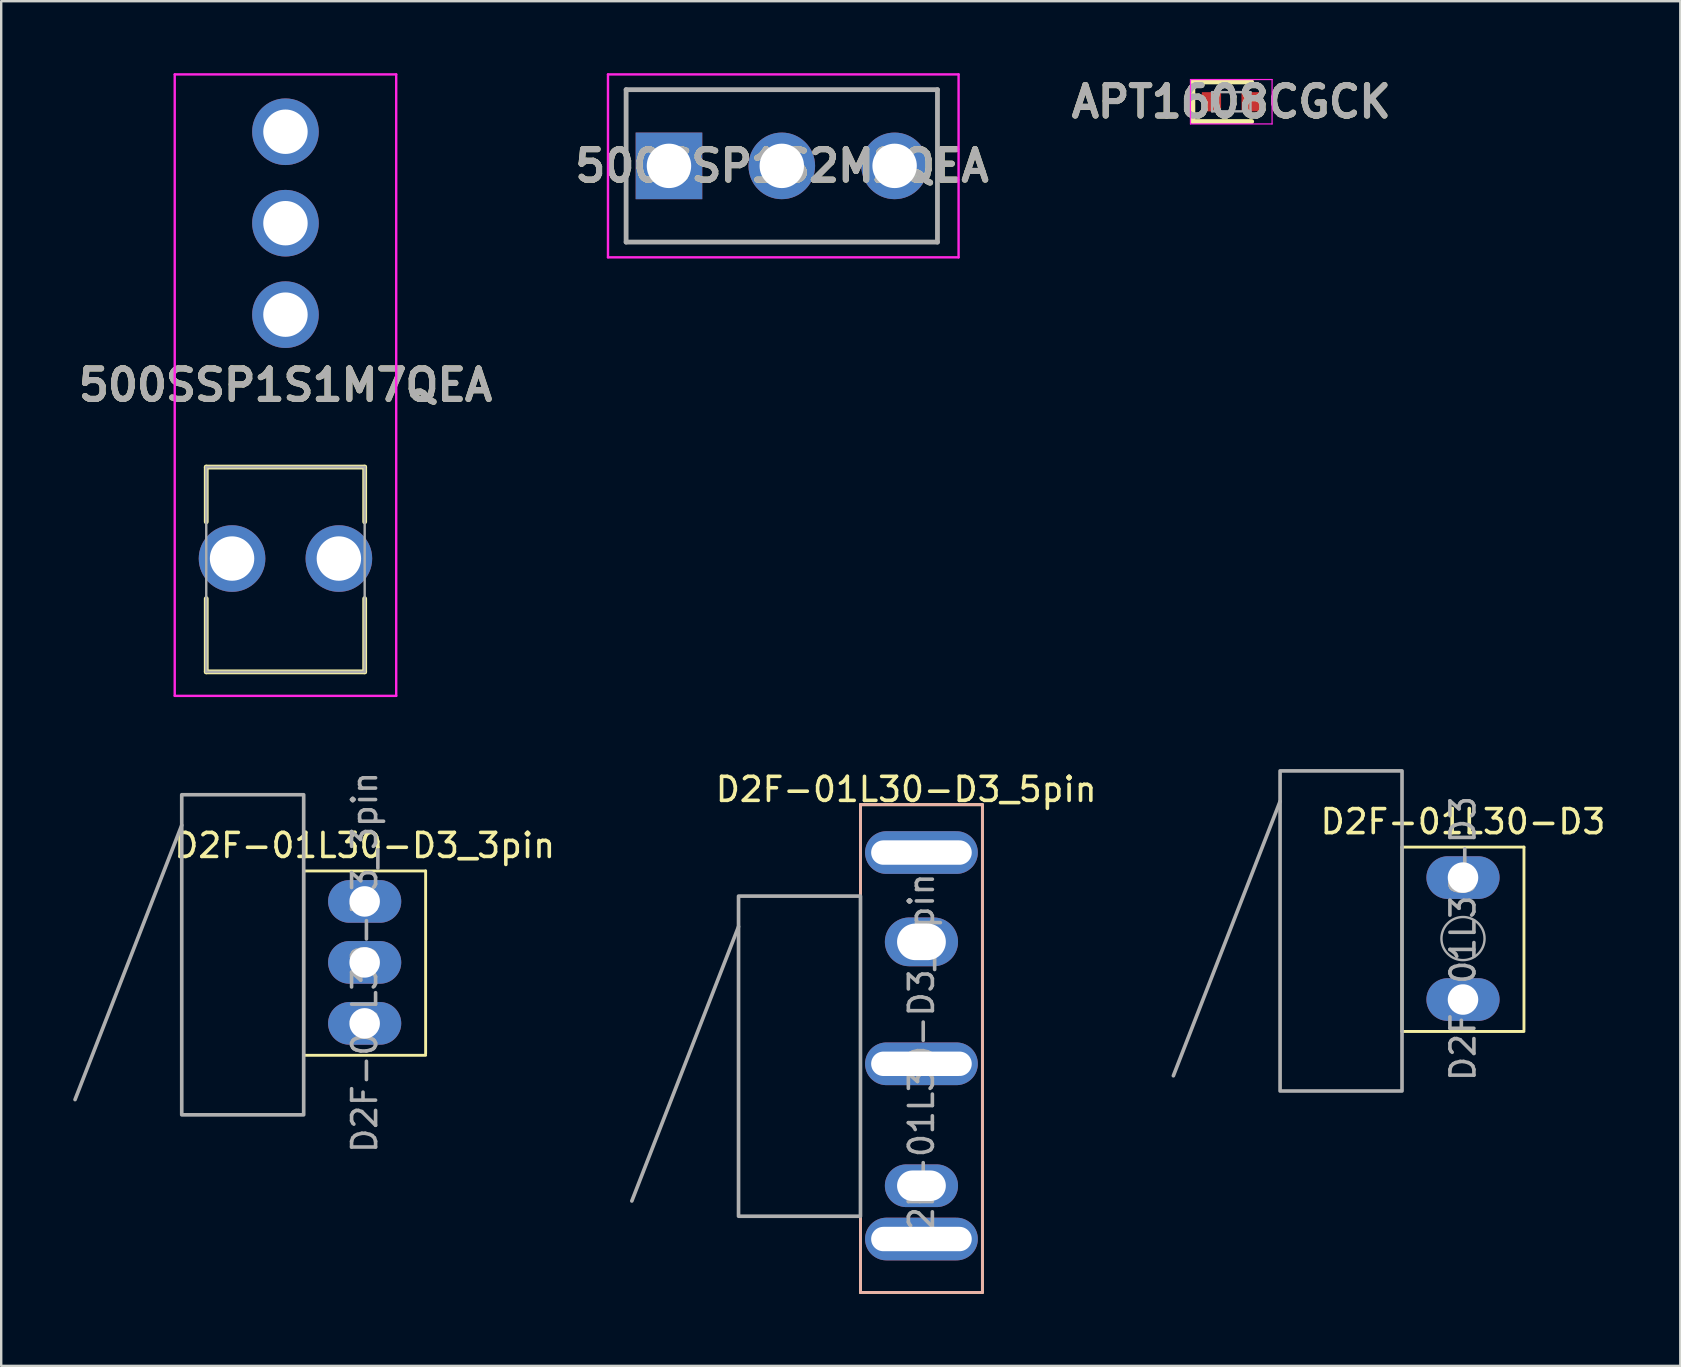
<source format=kicad_pcb>
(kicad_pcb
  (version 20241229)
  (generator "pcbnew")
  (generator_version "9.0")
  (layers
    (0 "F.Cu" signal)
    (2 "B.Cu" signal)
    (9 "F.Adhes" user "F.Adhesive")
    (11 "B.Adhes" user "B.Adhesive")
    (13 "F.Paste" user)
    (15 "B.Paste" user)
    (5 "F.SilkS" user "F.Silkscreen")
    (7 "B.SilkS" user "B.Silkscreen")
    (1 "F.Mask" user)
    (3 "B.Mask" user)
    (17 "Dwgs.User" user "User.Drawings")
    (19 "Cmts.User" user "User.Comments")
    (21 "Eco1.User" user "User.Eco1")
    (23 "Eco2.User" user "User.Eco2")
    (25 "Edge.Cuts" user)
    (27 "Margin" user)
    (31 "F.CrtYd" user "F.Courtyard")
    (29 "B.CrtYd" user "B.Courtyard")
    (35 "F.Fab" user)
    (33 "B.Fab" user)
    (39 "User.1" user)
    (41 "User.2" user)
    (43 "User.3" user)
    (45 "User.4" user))
  (footprint "APT1608CGCK"
    (layer "F.Cu")
    (at 48.243 1.189)
    (property "Reference" "APT1608CGCK" (at 0 0 0) (layer "F.SilkS") (effects (font (size 1.27 1.27) (thickness 0.254))))
    (attr smd)
    (fp_line (start -1.6 -0.825) (end -1.6 0.825) (stroke (width 0.2) (type solid)) (layer "F.SilkS"))
    (fp_line (start -1.6 0.825) (end 0.85 0.825) (stroke (width 0.2) (type solid)) (layer "F.SilkS"))
    (fp_line (start 0.85 -0.825) (end -1.6 -0.825) (stroke (width 0.2) (type solid)) (layer "F.SilkS"))
    (fp_line (start -1.7 -0.925) (end 1.7 -0.925) (stroke (width 0.05) (type solid)) (layer "F.CrtYd"))
    (fp_line (start -1.7 0.925) (end -1.7 -0.925) (stroke (width 0.05) (type solid)) (layer "F.CrtYd"))
    (fp_line (start 1.7 -0.925) (end 1.7 0.925) (stroke (width 0.05) (type solid)) (layer "F.CrtYd"))
    (fp_line (start 1.7 0.925) (end -1.7 0.925) (stroke (width 0.05) (type solid)) (layer "F.CrtYd"))
    (fp_line (start -0.8 -0.4) (end 0.8 -0.4) (stroke (width 0.1) (type solid)) (layer "F.Fab"))
    (fp_line (start -0.8 -0.133) (end -0.533 -0.4) (stroke (width 0.1) (type solid)) (layer "F.Fab"))
    (fp_line (start -0.8 0.4) (end -0.8 -0.4) (stroke (width 0.1) (type solid)) (layer "F.Fab"))
    (fp_line (start 0.8 -0.4) (end 0.8 0.4) (stroke (width 0.1) (type solid)) (layer "F.Fab"))
    (fp_line (start 0.8 0.4) (end -0.8 0.4) (stroke (width 0.1) (type solid)) (layer "F.Fab"))
    (fp_text user "${REFERENCE}" (at 0 0 0) (layer "F.Fab") (effects (font (size 1.27 1.27) (thickness 0.254))))
    (pad "1" smd rect (at -0.825 0) (size 0.8 0.8) (layers "F.Cu" "F.Mask" "F.Paste"))
    (pad "2" smd rect (at 0.825 0) (size 0.8 0.8) (layers "F.Cu" "F.Mask" "F.Paste")))
  (footprint "D2F-01L30-D3_3pin"
    (layer "F.Cu")
    (at 12.141 34.502)
    (property "Reference" "D2F-01L30-D3_3pin" (at 0 -2.33 0) (layer "F.SilkS") (effects (font (size 1 1) (thickness 0.15))))
    (attr through_hole)
    (fp_line (start -2.54 -1.27) (end -2.54 6.41) (stroke (width 0.12) (type solid)) (layer "F.SilkS"))
    (fp_line (start -2.54 -1.27) (end 2.54 -1.27) (stroke (width 0.12) (type solid)) (layer "F.SilkS"))
    (fp_line (start -2.54 6.41) (end 2.54 6.41) (stroke (width 0.12) (type solid)) (layer "F.SilkS"))
    (fp_line (start 2.54 -1.27) (end 2.54 6.35) (stroke (width 0.12) (type solid)) (layer "F.SilkS"))
    (fp_line (start -7.62 -3.175) (end -12.065 8.255) (stroke (width 0.152) (type default)) (layer "F.Fab"))
    (fp_rect (start -7.62 -4.445) (end -2.54 8.89) (stroke (width 0.152) (type default)) (fill no) (layer "F.Fab"))
    (fp_text user "${REFERENCE}" (at 0 2.54 90) (layer "F.Fab") (effects (font (size 1 1) (thickness 0.15))))
    (pad "1" thru_hole oval (at 0 0) (size 3.048 1.778) (drill 1.27) (layers "*.Cu" "*.Mask"))
    (pad "2" thru_hole oval (at 0 5.08) (size 3.048 1.778) (drill 1.27) (layers "*.Cu" "*.Mask"))
    (pad "3" thru_hole oval (at 0 2.54) (size 3.048 1.778) (drill 1.27) (layers "*.Cu" "*.Mask")))
  (footprint "500SSP1S1M7QEA"
    (layer "F.Cu")
    (at 8.842 10.058)
    (property "Reference" "500SSP1S1M7QEA" (at 0 2.936 0) (layer "F.SilkS") (effects (font (size 1.27 1.27) (thickness 0.254))))
    (attr through_hole)
    (fp_line (start -3.3 6.35) (end 3.3 6.35) (stroke (width 0.2) (type solid)) (layer "F.SilkS"))
    (fp_line (start -3.3 8.63) (end -3.3 6.35) (stroke (width 0.2) (type solid)) (layer "F.SilkS"))
    (fp_line (start -3.3 11.83) (end -3.3 14.88) (stroke (width 0.2) (type solid)) (layer "F.SilkS"))
    (fp_line (start -3.3 14.88) (end 3.3 14.88) (stroke (width 0.2) (type solid)) (layer "F.SilkS"))
    (fp_line (start 3.3 6.35) (end 3.3 8.63) (stroke (width 0.2) (type solid)) (layer "F.SilkS"))
    (fp_line (start 3.3 14.88) (end 3.3 11.83) (stroke (width 0.2) (type solid)) (layer "F.SilkS"))
    (fp_line (start -4.613 -10.008) (end 4.613 -10.008) (stroke (width 0.1) (type solid)) (layer "F.CrtYd"))
    (fp_line (start -4.613 15.88) (end -4.613 -10.008) (stroke (width 0.1) (type solid)) (layer "F.CrtYd"))
    (fp_line (start 4.613 -10.008) (end 4.613 15.88) (stroke (width 0.1) (type solid)) (layer "F.CrtYd"))
    (fp_line (start 4.613 15.88) (end -4.613 15.88) (stroke (width 0.1) (type solid)) (layer "F.CrtYd"))
    (fp_line (start -3.3 6.35) (end 3.3 6.35) (stroke (width 0.1) (type solid)) (layer "F.Fab"))
    (fp_line (start -3.3 14.88) (end -3.3 6.35) (stroke (width 0.1) (type solid)) (layer "F.Fab"))
    (fp_line (start 3.3 6.35) (end 3.3 14.88) (stroke (width 0.1) (type solid)) (layer "F.Fab"))
    (fp_line (start 3.3 14.88) (end -3.3 14.88) (stroke (width 0.1) (type solid)) (layer "F.Fab"))
    (fp_text user "${REFERENCE}" (at 0 2.936 0) (layer "F.Fab") (effects (font (size 1.27 1.27) (thickness 0.254))))
    (pad "1" thru_hole circle (at 0 0) (size 2.775 2.775) (drill 1.85) (layers "*.Cu" "*.Mask"))
    (pad "2" thru_hole circle (at 0 -3.81) (size 2.775 2.775) (drill 1.85) (layers "*.Cu" "*.Mask"))
    (pad "3" thru_hole circle (at 0 -7.62) (size 2.775 2.775) (drill 1.85) (layers "*.Cu" "*.Mask"))
    (pad "MH1" thru_hole circle (at -2.225 10.16) (size 2.775 2.775) (drill 1.85) (layers "*.Cu" "*.Mask"))
    (pad "MH2" thru_hole circle (at 2.225 10.16) (size 2.775 2.775) (drill 1.85) (layers "*.Cu" "*.Mask")))
  (footprint "D2F-01L30-D3_5pin"
    (layer "F.Cu")
    (at 35.336 38.726)
    (property "Reference" "D2F-01L30-D3_5pin" (at -0.635 -8.89 0) (layer "F.SilkS") (effects (font (size 1 1) (thickness 0.15))))
    (attr through_hole)
    (fp_line (start -2.54 -8.255) (end -2.54 12.065) (stroke (width 0.12) (type solid)) (layer "F.SilkS"))
    (fp_line (start -2.54 -8.255) (end 2.54 -8.255) (stroke (width 0.12) (type solid)) (layer "F.SilkS"))
    (fp_line (start -2.54 12.065) (end 2.54 12.065) (stroke (width 0.12) (type solid)) (layer "F.SilkS"))
    (fp_line (start 2.54 -8.255) (end 2.54 12.065) (stroke (width 0.12) (type solid)) (layer "F.SilkS"))
    (fp_line (start -2.54 -8.255) (end -2.54 12.065) (stroke (width 0.12) (type solid)) (layer "B.SilkS"))
    (fp_line (start 2.54 -8.255) (end -2.54 -8.255) (stroke (width 0.12) (type solid)) (layer "B.SilkS"))
    (fp_line (start 2.54 -8.255) (end 2.54 12.065) (stroke (width 0.12) (type solid)) (layer "B.SilkS"))
    (fp_line (start 2.54 12.065) (end -2.54 12.065) (stroke (width 0.12) (type solid)) (layer "B.SilkS"))
    (fp_line (start -7.62 -3.175) (end -12.065 8.255) (stroke (width 0.152) (type default)) (layer "F.Fab"))
    (fp_rect (start -7.62 -4.445) (end -2.54 8.89) (stroke (width 0.152) (type default)) (fill no) (layer "F.Fab"))
    (fp_text user "${REFERENCE}" (at 0 2.54 90) (layer "F.Fab") (effects (font (size 1 1) (thickness 0.15))))
    (pad "1" thru_hole oval (at 0 -2.54) (size 3.048 2.032) (drill oval 2.032 1.524) (layers "*.Cu" "*.Mask"))
    (pad "2" thru_hole oval (at 0 7.62) (size 3.048 1.778) (drill oval 2.032 1.27) (layers "*.Cu" "*.Mask"))
    (pad "3" thru_hole oval (at 0 2.54) (size 4.699 1.778) (drill oval 4.191 1.016) (layers "*.Cu" "*.Mask"))
    (pad "4" thru_hole oval (at 0 -6.26) (size 4.699 1.778) (drill oval 4.191 1.016) (layers "*.Cu" "*.Mask"))
    (pad "5" thru_hole oval (at 0 9.84) (size 4.699 1.778) (drill oval 4.191 1.016) (layers "*.Cu" "*.Mask")))
  (footprint "D2F-01L30-D3"
    (layer "F.Cu")
    (at 57.896 33.509)
    (property "Reference" "D2F-01L30-D3" (at 0 -2.33 0) (layer "F.SilkS") (effects (font (size 1 1) (thickness 0.15))))
    (attr through_hole)
    (fp_line (start -2.54 -1.27) (end -2.54 6.41) (stroke (width 0.12) (type solid)) (layer "F.SilkS"))
    (fp_line (start -2.54 -1.27) (end 2.54 -1.27) (stroke (width 0.12) (type solid)) (layer "F.SilkS"))
    (fp_line (start -2.54 6.41) (end 2.54 6.41) (stroke (width 0.12) (type solid)) (layer "F.SilkS"))
    (fp_line (start 2.54 -1.27) (end 2.54 6.35) (stroke (width 0.12) (type solid)) (layer "F.SilkS"))
    (fp_line (start -7.62 -3.175) (end -12.065 8.255) (stroke (width 0.152) (type default)) (layer "F.Fab"))
    (fp_rect (start -7.62 -4.445) (end -2.54 8.89) (stroke (width 0.152) (type default)) (fill no) (layer "F.Fab"))
    (fp_circle (center 0 2.54) (end 0.635 3.175) (stroke (width 0.1) (type default)) (fill no) (layer "F.Fab"))
    (fp_text user "${REFERENCE}" (at 0 2.54 90) (layer "F.Fab") (effects (font (size 1 1) (thickness 0.15))))
    (pad "1" thru_hole oval (at 0 0) (size 3.048 1.778) (drill 1.27) (layers "*.Cu" "*.Mask"))
    (pad "2" thru_hole oval (at 0 5.08) (size 3.048 1.778) (drill 1.27) (layers "*.Cu" "*.Mask")))
  (footprint "500SSP1S2M2QEA"
    (layer "F.Cu")
    (at 24.818 3.86)
    (property "Reference" "500SSP1S2M2QEA" (at 4.707 0 0) (layer "F.SilkS") (effects (font (size 1.27 1.27) (thickness 0.254))))
    (attr through_hole)
    (fp_line (start -1.785 -3.175) (end 11.2 -3.175) (stroke (width 0.1) (type solid)) (layer "F.SilkS"))
    (fp_line (start -1.785 3.175) (end -1.785 -3.175) (stroke (width 0.1) (type solid)) (layer "F.SilkS"))
    (fp_line (start 11.2 -3.175) (end 11.2 3.175) (stroke (width 0.1) (type solid)) (layer "F.SilkS"))
    (fp_line (start 11.2 3.175) (end -1.785 3.175) (stroke (width 0.1) (type solid)) (layer "F.SilkS"))
    (fp_line (start -2.54 -3.81) (end 12.065 -3.81) (stroke (width 0.1) (type solid)) (layer "F.CrtYd"))
    (fp_line (start -2.54 3.81) (end -2.54 -3.81) (stroke (width 0.1) (type solid)) (layer "F.CrtYd"))
    (fp_line (start 12.065 -3.81) (end 12.065 3.81) (stroke (width 0.1) (type solid)) (layer "F.CrtYd"))
    (fp_line (start 12.065 3.81) (end -2.54 3.81) (stroke (width 0.1) (type solid)) (layer "F.CrtYd"))
    (fp_line (start -1.785 -3.175) (end 11.185 -3.175) (stroke (width 0.2) (type solid)) (layer "F.Fab"))
    (fp_line (start -1.785 3.175) (end -1.785 -3.175) (stroke (width 0.2) (type solid)) (layer "F.Fab"))
    (fp_line (start 11.185 -3.175) (end 11.185 3.175) (stroke (width 0.2) (type solid)) (layer "F.Fab"))
    (fp_line (start 11.185 3.175) (end -1.785 3.175) (stroke (width 0.2) (type solid)) (layer "F.Fab"))
    (fp_text user "${REFERENCE}" (at 4.707 0 0) (layer "F.Fab") (effects (font (size 1.27 1.27) (thickness 0.254))))
    (pad "1" thru_hole rect (at 0 0) (size 2.775 2.775) (drill 1.85) (layers "*.Cu" "*.Mask"))
    (pad "2" thru_hole circle (at 4.7 0) (size 2.775 2.775) (drill 1.85) (layers "*.Cu" "*.Mask"))
    (pad "3" thru_hole circle (at 9.4 0) (size 2.775 2.775) (drill 1.85) (layers "*.Cu" "*.Mask")))
  (gr_rect
    (start -3 -3)
    (end 66.949 53.851)
    (stroke (width 0.1) (type default))
    (fill no)
    (layer "Edge.Cuts")))
</source>
